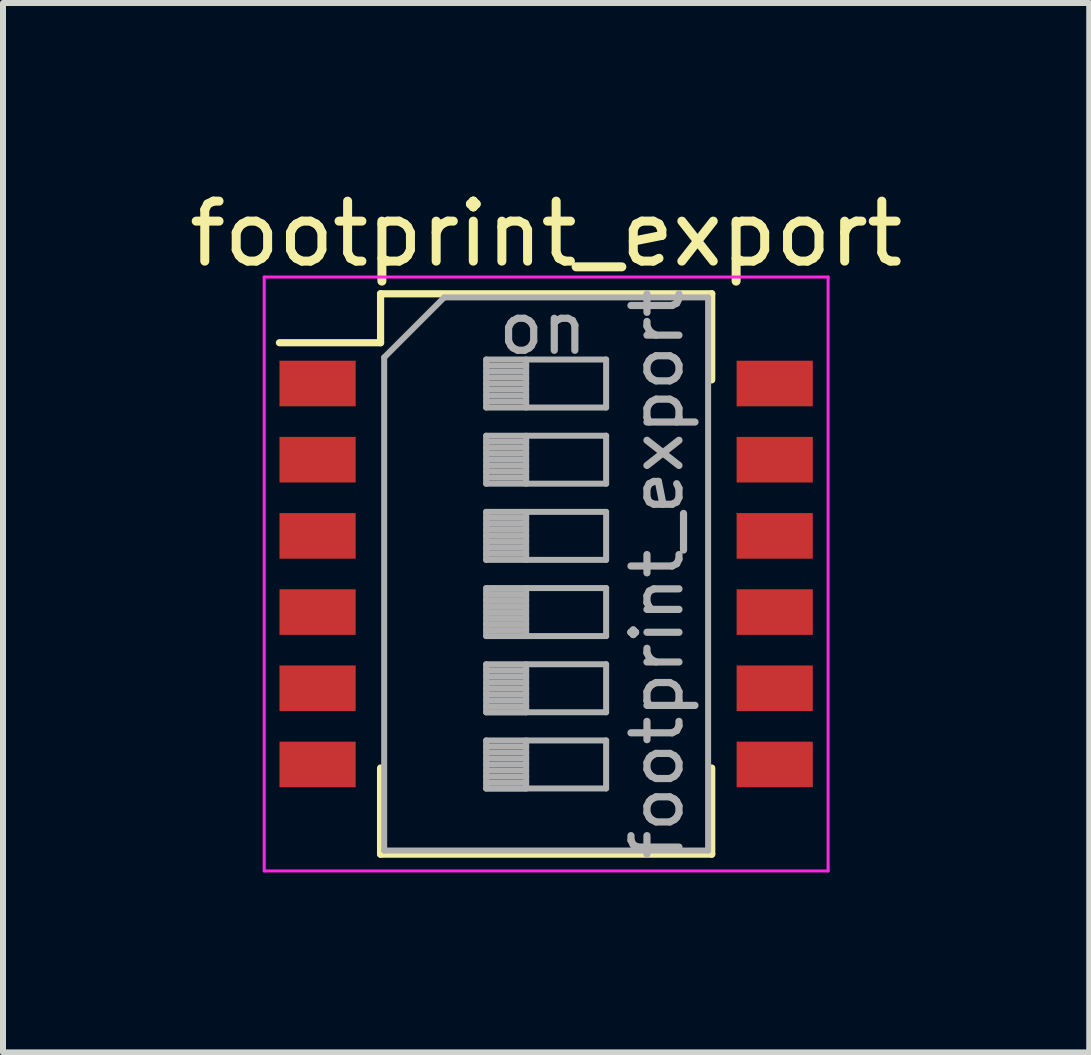
<source format=kicad_pcb>
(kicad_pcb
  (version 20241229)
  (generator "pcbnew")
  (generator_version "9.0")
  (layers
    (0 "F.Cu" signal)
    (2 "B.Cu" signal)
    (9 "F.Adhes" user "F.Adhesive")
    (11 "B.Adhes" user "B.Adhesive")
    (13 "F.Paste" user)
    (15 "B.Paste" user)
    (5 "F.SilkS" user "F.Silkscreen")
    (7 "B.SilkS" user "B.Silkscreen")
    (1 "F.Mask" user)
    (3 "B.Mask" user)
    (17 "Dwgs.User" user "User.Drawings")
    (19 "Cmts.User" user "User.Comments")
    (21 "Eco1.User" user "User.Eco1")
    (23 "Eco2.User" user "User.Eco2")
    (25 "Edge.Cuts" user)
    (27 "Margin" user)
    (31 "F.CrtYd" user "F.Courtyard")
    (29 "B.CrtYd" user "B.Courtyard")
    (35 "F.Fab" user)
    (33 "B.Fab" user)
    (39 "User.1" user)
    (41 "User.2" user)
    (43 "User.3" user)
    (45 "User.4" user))
  (footprint "footprint_export"
    (layer "F.Cu")
    (at 6.054 6.518)
    (property "Reference" "footprint_export" (at 0 -5.67 0) (layer "F.SilkS") (effects (font (size 1 1) (thickness 0.15))))
    (attr smd)
    (fp_line (start -4.446 -3.855) (end -2.76 -3.855) (stroke (width 0.12) (type solid)) (layer "F.SilkS"))
    (fp_line (start -2.76 -4.671) (end -2.76 -3.855) (stroke (width 0.12) (type solid)) (layer "F.SilkS"))
    (fp_line (start -2.76 -4.671) (end 2.76 -4.671) (stroke (width 0.12) (type solid)) (layer "F.SilkS"))
    (fp_line (start -2.76 3.235) (end -2.76 4.67) (stroke (width 0.12) (type solid)) (layer "F.SilkS"))
    (fp_line (start -2.76 4.67) (end 2.76 4.67) (stroke (width 0.12) (type solid)) (layer "F.SilkS"))
    (fp_line (start 2.76 -4.671) (end 2.76 -3.236) (stroke (width 0.12) (type solid)) (layer "F.SilkS"))
    (fp_line (start 2.76 3.235) (end 2.76 4.67) (stroke (width 0.12) (type solid)) (layer "F.SilkS"))
    (fp_line (start -4.7 -4.95) (end -4.7 4.95) (stroke (width 0.05) (type solid)) (layer "F.CrtYd"))
    (fp_line (start -4.7 4.95) (end 4.7 4.95) (stroke (width 0.05) (type solid)) (layer "F.CrtYd"))
    (fp_line (start 4.7 -4.95) (end -4.7 -4.95) (stroke (width 0.05) (type solid)) (layer "F.CrtYd"))
    (fp_line (start 4.7 4.95) (end 4.7 -4.95) (stroke (width 0.05) (type solid)) (layer "F.CrtYd"))
    (fp_line (start -2.7 -3.61) (end -1.7 -4.61) (stroke (width 0.1) (type solid)) (layer "F.Fab"))
    (fp_line (start -2.7 4.61) (end -2.7 -3.61) (stroke (width 0.1) (type solid)) (layer "F.Fab"))
    (fp_line (start -1.7 -4.61) (end 2.7 -4.61) (stroke (width 0.1) (type solid)) (layer "F.Fab"))
    (fp_line (start -1 -3.575) (end -1 -2.775) (stroke (width 0.1) (type solid)) (layer "F.Fab"))
    (fp_line (start -1 -3.475) (end -0.333 -3.475) (stroke (width 0.1) (type solid)) (layer "F.Fab"))
    (fp_line (start -1 -3.375) (end -0.333 -3.375) (stroke (width 0.1) (type solid)) (layer "F.Fab"))
    (fp_line (start -1 -3.275) (end -0.333 -3.275) (stroke (width 0.1) (type solid)) (layer "F.Fab"))
    (fp_line (start -1 -3.175) (end -0.333 -3.175) (stroke (width 0.1) (type solid)) (layer "F.Fab"))
    (fp_line (start -1 -3.075) (end -0.333 -3.075) (stroke (width 0.1) (type solid)) (layer "F.Fab"))
    (fp_line (start -1 -2.975) (end -0.333 -2.975) (stroke (width 0.1) (type solid)) (layer "F.Fab"))
    (fp_line (start -1 -2.875) (end -0.333 -2.875) (stroke (width 0.1) (type solid)) (layer "F.Fab"))
    (fp_line (start -1 -2.775) (end 1 -2.775) (stroke (width 0.1) (type solid)) (layer "F.Fab"))
    (fp_line (start -1 -2.305) (end -1 -1.505) (stroke (width 0.1) (type solid)) (layer "F.Fab"))
    (fp_line (start -1 -2.205) (end -0.333 -2.205) (stroke (width 0.1) (type solid)) (layer "F.Fab"))
    (fp_line (start -1 -2.105) (end -0.333 -2.105) (stroke (width 0.1) (type solid)) (layer "F.Fab"))
    (fp_line (start -1 -2.005) (end -0.333 -2.005) (stroke (width 0.1) (type solid)) (layer "F.Fab"))
    (fp_line (start -1 -1.905) (end -0.333 -1.905) (stroke (width 0.1) (type solid)) (layer "F.Fab"))
    (fp_line (start -1 -1.805) (end -0.333 -1.805) (stroke (width 0.1) (type solid)) (layer "F.Fab"))
    (fp_line (start -1 -1.705) (end -0.333 -1.705) (stroke (width 0.1) (type solid)) (layer "F.Fab"))
    (fp_line (start -1 -1.605) (end -0.333 -1.605) (stroke (width 0.1) (type solid)) (layer "F.Fab"))
    (fp_line (start -1 -1.505) (end 1 -1.505) (stroke (width 0.1) (type solid)) (layer "F.Fab"))
    (fp_line (start -1 -1.035) (end -1 -0.235) (stroke (width 0.1) (type solid)) (layer "F.Fab"))
    (fp_line (start -1 -0.935) (end -0.333 -0.935) (stroke (width 0.1) (type solid)) (layer "F.Fab"))
    (fp_line (start -1 -0.835) (end -0.333 -0.835) (stroke (width 0.1) (type solid)) (layer "F.Fab"))
    (fp_line (start -1 -0.735) (end -0.333 -0.735) (stroke (width 0.1) (type solid)) (layer "F.Fab"))
    (fp_line (start -1 -0.635) (end -0.333 -0.635) (stroke (width 0.1) (type solid)) (layer "F.Fab"))
    (fp_line (start -1 -0.535) (end -0.333 -0.535) (stroke (width 0.1) (type solid)) (layer "F.Fab"))
    (fp_line (start -1 -0.435) (end -0.333 -0.435) (stroke (width 0.1) (type solid)) (layer "F.Fab"))
    (fp_line (start -1 -0.335) (end -0.333 -0.335) (stroke (width 0.1) (type solid)) (layer "F.Fab"))
    (fp_line (start -1 -0.235) (end 1 -0.235) (stroke (width 0.1) (type solid)) (layer "F.Fab"))
    (fp_line (start -1 0.235) (end -1 1.035) (stroke (width 0.1) (type solid)) (layer "F.Fab"))
    (fp_line (start -1 0.335) (end -0.333 0.335) (stroke (width 0.1) (type solid)) (layer "F.Fab"))
    (fp_line (start -1 0.435) (end -0.333 0.435) (stroke (width 0.1) (type solid)) (layer "F.Fab"))
    (fp_line (start -1 0.535) (end -0.333 0.535) (stroke (width 0.1) (type solid)) (layer "F.Fab"))
    (fp_line (start -1 0.635) (end -0.333 0.635) (stroke (width 0.1) (type solid)) (layer "F.Fab"))
    (fp_line (start -1 0.735) (end -0.333 0.735) (stroke (width 0.1) (type solid)) (layer "F.Fab"))
    (fp_line (start -1 0.835) (end -0.333 0.835) (stroke (width 0.1) (type solid)) (layer "F.Fab"))
    (fp_line (start -1 0.935) (end -0.333 0.935) (stroke (width 0.1) (type solid)) (layer "F.Fab"))
    (fp_line (start -1 1.035) (end 1 1.035) (stroke (width 0.1) (type solid)) (layer "F.Fab"))
    (fp_line (start -1 1.505) (end -1 2.305) (stroke (width 0.1) (type solid)) (layer "F.Fab"))
    (fp_line (start -1 1.605) (end -0.333 1.605) (stroke (width 0.1) (type solid)) (layer "F.Fab"))
    (fp_line (start -1 1.705) (end -0.333 1.705) (stroke (width 0.1) (type solid)) (layer "F.Fab"))
    (fp_line (start -1 1.805) (end -0.333 1.805) (stroke (width 0.1) (type solid)) (layer "F.Fab"))
    (fp_line (start -1 1.905) (end -0.333 1.905) (stroke (width 0.1) (type solid)) (layer "F.Fab"))
    (fp_line (start -1 2.005) (end -0.333 2.005) (stroke (width 0.1) (type solid)) (layer "F.Fab"))
    (fp_line (start -1 2.105) (end -0.333 2.105) (stroke (width 0.1) (type solid)) (layer "F.Fab"))
    (fp_line (start -1 2.205) (end -0.333 2.205) (stroke (width 0.1) (type solid)) (layer "F.Fab"))
    (fp_line (start -1 2.305) (end -0.333 2.305) (stroke (width 0.1) (type solid)) (layer "F.Fab"))
    (fp_line (start -1 2.305) (end 1 2.305) (stroke (width 0.1) (type solid)) (layer "F.Fab"))
    (fp_line (start -1 2.775) (end -1 3.575) (stroke (width 0.1) (type solid)) (layer "F.Fab"))
    (fp_line (start -1 2.875) (end -0.333 2.875) (stroke (width 0.1) (type solid)) (layer "F.Fab"))
    (fp_line (start -1 2.975) (end -0.333 2.975) (stroke (width 0.1) (type solid)) (layer "F.Fab"))
    (fp_line (start -1 3.075) (end -0.333 3.075) (stroke (width 0.1) (type solid)) (layer "F.Fab"))
    (fp_line (start -1 3.175) (end -0.333 3.175) (stroke (width 0.1) (type solid)) (layer "F.Fab"))
    (fp_line (start -1 3.275) (end -0.333 3.275) (stroke (width 0.1) (type solid)) (layer "F.Fab"))
    (fp_line (start -1 3.375) (end -0.333 3.375) (stroke (width 0.1) (type solid)) (layer "F.Fab"))
    (fp_line (start -1 3.475) (end -0.333 3.475) (stroke (width 0.1) (type solid)) (layer "F.Fab"))
    (fp_line (start -1 3.575) (end -0.333 3.575) (stroke (width 0.1) (type solid)) (layer "F.Fab"))
    (fp_line (start -1 3.575) (end 1 3.575) (stroke (width 0.1) (type solid)) (layer "F.Fab"))
    (fp_line (start -0.333 -3.575) (end -0.333 -2.775) (stroke (width 0.1) (type solid)) (layer "F.Fab"))
    (fp_line (start -0.333 -2.305) (end -0.333 -1.505) (stroke (width 0.1) (type solid)) (layer "F.Fab"))
    (fp_line (start -0.333 -1.035) (end -0.333 -0.235) (stroke (width 0.1) (type solid)) (layer "F.Fab"))
    (fp_line (start -0.333 0.235) (end -0.333 1.035) (stroke (width 0.1) (type solid)) (layer "F.Fab"))
    (fp_line (start -0.333 1.505) (end -0.333 2.305) (stroke (width 0.1) (type solid)) (layer "F.Fab"))
    (fp_line (start -0.333 2.775) (end -0.333 3.575) (stroke (width 0.1) (type solid)) (layer "F.Fab"))
    (fp_line (start 1 -3.575) (end -1 -3.575) (stroke (width 0.1) (type solid)) (layer "F.Fab"))
    (fp_line (start 1 -2.775) (end 1 -3.575) (stroke (width 0.1) (type solid)) (layer "F.Fab"))
    (fp_line (start 1 -2.305) (end -1 -2.305) (stroke (width 0.1) (type solid)) (layer "F.Fab"))
    (fp_line (start 1 -1.505) (end 1 -2.305) (stroke (width 0.1) (type solid)) (layer "F.Fab"))
    (fp_line (start 1 -1.035) (end -1 -1.035) (stroke (width 0.1) (type solid)) (layer "F.Fab"))
    (fp_line (start 1 -0.235) (end 1 -1.035) (stroke (width 0.1) (type solid)) (layer "F.Fab"))
    (fp_line (start 1 0.235) (end -1 0.235) (stroke (width 0.1) (type solid)) (layer "F.Fab"))
    (fp_line (start 1 1.035) (end 1 0.235) (stroke (width 0.1) (type solid)) (layer "F.Fab"))
    (fp_line (start 1 1.505) (end -1 1.505) (stroke (width 0.1) (type solid)) (layer "F.Fab"))
    (fp_line (start 1 2.305) (end 1 1.505) (stroke (width 0.1) (type solid)) (layer "F.Fab"))
    (fp_line (start 1 2.775) (end -1 2.775) (stroke (width 0.1) (type solid)) (layer "F.Fab"))
    (fp_line (start 1 3.575) (end 1 2.775) (stroke (width 0.1) (type solid)) (layer "F.Fab"))
    (fp_line (start 2.7 -4.61) (end 2.7 4.61) (stroke (width 0.1) (type solid)) (layer "F.Fab"))
    (fp_line (start 2.7 4.61) (end -2.7 4.61) (stroke (width 0.1) (type solid)) (layer "F.Fab"))
    (fp_text user "on" (at -0.055 -4.093 0) (layer "F.Fab") (effects (font (size 0.8 0.8) (thickness 0.12))))
    (fp_text user "${REFERENCE}" (at 1.85 0 90) (layer "F.Fab") (effects (font (size 0.8 0.8) (thickness 0.12))))
    (pad "1" smd rect (at -3.81 -3.175) (size 1.27 0.76) (layers "F.Cu" "F.Mask" "F.Paste"))
    (pad "2" smd rect (at -3.81 -1.905) (size 1.27 0.76) (layers "F.Cu" "F.Mask" "F.Paste"))
    (pad "3" smd rect (at -3.81 -0.635) (size 1.27 0.76) (layers "F.Cu" "F.Mask" "F.Paste"))
    (pad "4" smd rect (at -3.81 0.635) (size 1.27 0.76) (layers "F.Cu" "F.Mask" "F.Paste"))
    (pad "5" smd rect (at -3.81 1.905) (size 1.27 0.76) (layers "F.Cu" "F.Mask" "F.Paste"))
    (pad "6" smd rect (at -3.81 3.175) (size 1.27 0.76) (layers "F.Cu" "F.Mask" "F.Paste"))
    (pad "7" smd rect (at 3.81 3.175) (size 1.27 0.76) (layers "F.Cu" "F.Mask" "F.Paste"))
    (pad "8" smd rect (at 3.81 1.905) (size 1.27 0.76) (layers "F.Cu" "F.Mask" "F.Paste"))
    (pad "9" smd rect (at 3.81 0.635) (size 1.27 0.76) (layers "F.Cu" "F.Mask" "F.Paste"))
    (pad "10" smd rect (at 3.81 -0.635) (size 1.27 0.76) (layers "F.Cu" "F.Mask" "F.Paste"))
    (pad "11" smd rect (at 3.81 -1.905) (size 1.27 0.76) (layers "F.Cu" "F.Mask" "F.Paste"))
    (pad "12" smd rect (at 3.81 -3.175) (size 1.27 0.76) (layers "F.Cu" "F.Mask" "F.Paste")))
  (gr_rect
    (start -3 -3)
    (end 15.107 14.493)
    (stroke (width 0.1) (type default))
    (fill no)
    (layer "Edge.Cuts")))
</source>
